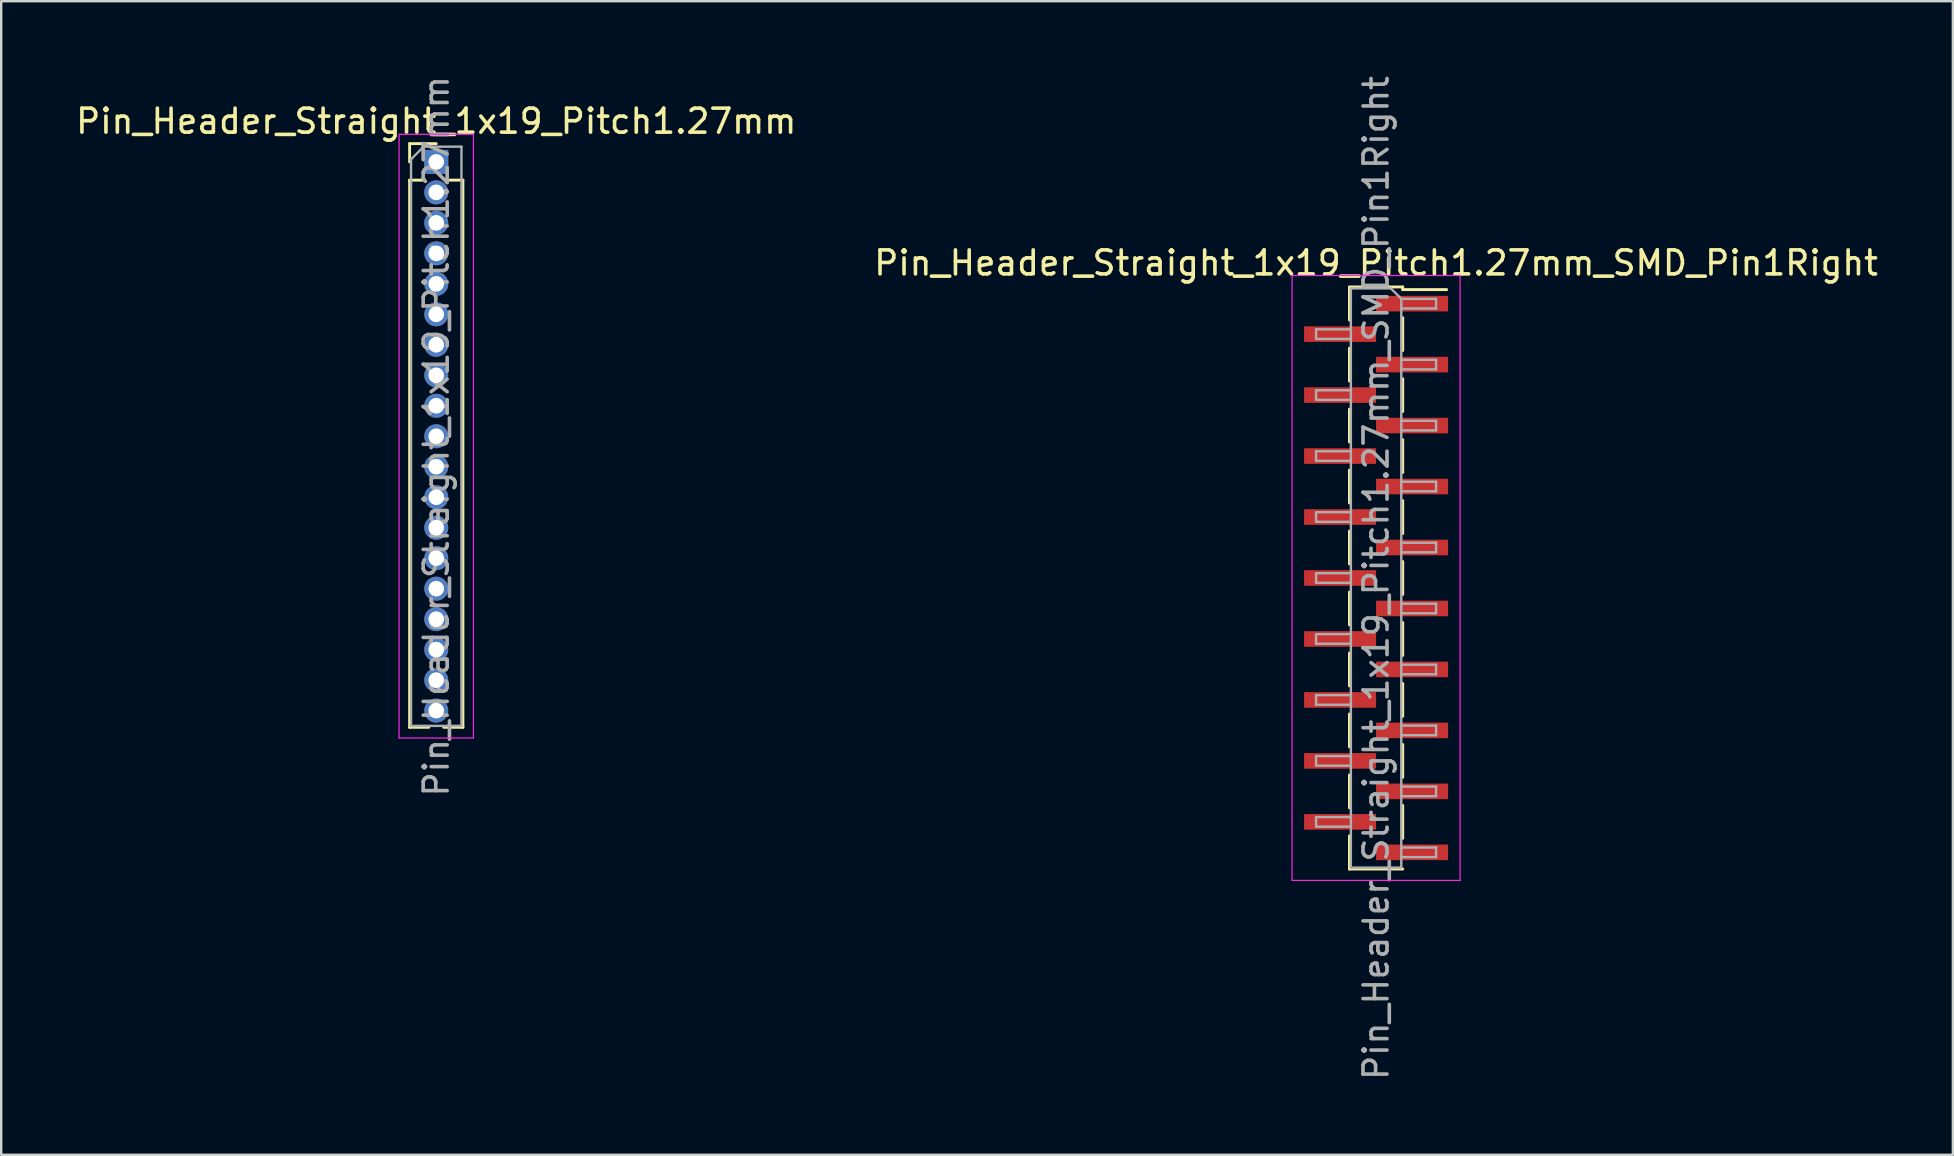
<source format=kicad_pcb>
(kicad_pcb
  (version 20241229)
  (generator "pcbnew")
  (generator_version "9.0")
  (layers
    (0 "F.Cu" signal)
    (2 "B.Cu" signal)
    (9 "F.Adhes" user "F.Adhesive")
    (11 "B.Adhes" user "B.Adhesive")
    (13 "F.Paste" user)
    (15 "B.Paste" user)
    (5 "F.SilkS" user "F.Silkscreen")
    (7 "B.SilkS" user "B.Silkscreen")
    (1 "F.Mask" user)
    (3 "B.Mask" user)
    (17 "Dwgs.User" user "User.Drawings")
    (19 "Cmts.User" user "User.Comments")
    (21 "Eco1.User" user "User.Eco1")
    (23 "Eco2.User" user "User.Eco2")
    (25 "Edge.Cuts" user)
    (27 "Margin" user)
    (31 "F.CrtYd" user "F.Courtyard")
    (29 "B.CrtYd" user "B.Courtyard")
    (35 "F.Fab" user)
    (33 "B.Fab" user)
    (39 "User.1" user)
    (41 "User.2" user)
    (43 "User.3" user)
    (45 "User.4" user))
  (footprint "Pin_Header_Straight_1x19_Pitch1.27mm"
    (layer "F.Cu")
    (at 15.125 3.695)
    (property "Reference" "Pin_Header_Straight_1x19_Pitch1.27mm" (at 0 -1.695 0) (layer "F.SilkS") (effects (font (size 1 1) (thickness 0.15))))
    (attr through_hole)
    (fp_line (start -1.11 -0.76) (end 0 -0.76) (stroke (width 0.12) (type solid)) (layer "F.SilkS"))
    (fp_line (start -1.11 0) (end -1.11 -0.76) (stroke (width 0.12) (type solid)) (layer "F.SilkS"))
    (fp_line (start -1.11 0.76) (end -1.11 23.555) (stroke (width 0.12) (type solid)) (layer "F.SilkS"))
    (fp_line (start -1.11 0.76) (end -0.563 0.76) (stroke (width 0.12) (type solid)) (layer "F.SilkS"))
    (fp_line (start -1.11 23.555) (end -0.308 23.555) (stroke (width 0.12) (type solid)) (layer "F.SilkS"))
    (fp_line (start 0.308 23.555) (end 1.11 23.555) (stroke (width 0.12) (type solid)) (layer "F.SilkS"))
    (fp_line (start 0.563 0.76) (end 1.11 0.76) (stroke (width 0.12) (type solid)) (layer "F.SilkS"))
    (fp_line (start 1.11 0.76) (end 1.11 23.555) (stroke (width 0.12) (type solid)) (layer "F.SilkS"))
    (fp_line (start -1.55 -1.15) (end -1.55 24) (stroke (width 0.05) (type solid)) (layer "F.CrtYd"))
    (fp_line (start -1.55 24) (end 1.55 24) (stroke (width 0.05) (type solid)) (layer "F.CrtYd"))
    (fp_line (start 1.55 -1.15) (end -1.55 -1.15) (stroke (width 0.05) (type solid)) (layer "F.CrtYd"))
    (fp_line (start 1.55 24) (end 1.55 -1.15) (stroke (width 0.05) (type solid)) (layer "F.CrtYd"))
    (fp_line (start -1.05 -0.11) (end -0.525 -0.635) (stroke (width 0.1) (type solid)) (layer "F.Fab"))
    (fp_line (start -1.05 23.495) (end -1.05 -0.11) (stroke (width 0.1) (type solid)) (layer "F.Fab"))
    (fp_line (start -0.525 -0.635) (end 1.05 -0.635) (stroke (width 0.1) (type solid)) (layer "F.Fab"))
    (fp_line (start 1.05 -0.635) (end 1.05 23.495) (stroke (width 0.1) (type solid)) (layer "F.Fab"))
    (fp_line (start 1.05 23.495) (end -1.05 23.495) (stroke (width 0.1) (type solid)) (layer "F.Fab"))
    (fp_text user "${REFERENCE}" (at 0 11.43 90) (layer "F.Fab") (effects (font (size 1 1) (thickness 0.15))))
    (pad "1" thru_hole rect (at 0 0) (size 1 1) (drill 0.65) (layers "*.Cu" "*.Mask"))
    (pad "2" thru_hole oval (at 0 1.27) (size 1 1) (drill 0.65) (layers "*.Cu" "*.Mask"))
    (pad "3" thru_hole oval (at 0 2.54) (size 1 1) (drill 0.65) (layers "*.Cu" "*.Mask"))
    (pad "4" thru_hole oval (at 0 3.81) (size 1 1) (drill 0.65) (layers "*.Cu" "*.Mask"))
    (pad "5" thru_hole oval (at 0 5.08) (size 1 1) (drill 0.65) (layers "*.Cu" "*.Mask"))
    (pad "6" thru_hole oval (at 0 6.35) (size 1 1) (drill 0.65) (layers "*.Cu" "*.Mask"))
    (pad "7" thru_hole oval (at 0 7.62) (size 1 1) (drill 0.65) (layers "*.Cu" "*.Mask"))
    (pad "8" thru_hole oval (at 0 8.89) (size 1 1) (drill 0.65) (layers "*.Cu" "*.Mask"))
    (pad "9" thru_hole oval (at 0 10.16) (size 1 1) (drill 0.65) (layers "*.Cu" "*.Mask"))
    (pad "10" thru_hole oval (at 0 11.43) (size 1 1) (drill 0.65) (layers "*.Cu" "*.Mask"))
    (pad "11" thru_hole oval (at 0 12.7) (size 1 1) (drill 0.65) (layers "*.Cu" "*.Mask"))
    (pad "12" thru_hole oval (at 0 13.97) (size 1 1) (drill 0.65) (layers "*.Cu" "*.Mask"))
    (pad "13" thru_hole oval (at 0 15.24) (size 1 1) (drill 0.65) (layers "*.Cu" "*.Mask"))
    (pad "14" thru_hole oval (at 0 16.51) (size 1 1) (drill 0.65) (layers "*.Cu" "*.Mask"))
    (pad "15" thru_hole oval (at 0 17.78) (size 1 1) (drill 0.65) (layers "*.Cu" "*.Mask"))
    (pad "16" thru_hole oval (at 0 19.05) (size 1 1) (drill 0.65) (layers "*.Cu" "*.Mask"))
    (pad "17" thru_hole oval (at 0 20.32) (size 1 1) (drill 0.65) (layers "*.Cu" "*.Mask"))
    (pad "18" thru_hole oval (at 0 21.59) (size 1 1) (drill 0.65) (layers "*.Cu" "*.Mask"))
    (pad "19" thru_hole oval (at 0 22.86) (size 1 1) (drill 0.65) (layers "*.Cu" "*.Mask")))
  (footprint "Pin_Header_Straight_1x19_Pitch1.27mm_SMD_Pin1Right"
    (layer "F.Cu")
    (at 54.28 21.03)
    (property "Reference" "Pin_Header_Straight_1x19_Pitch1.27mm_SMD_Pin1Right" (at 0 -13.125 0) (layer "F.SilkS") (effects (font (size 1 1) (thickness 0.15))))
    (attr smd)
    (fp_line (start -1.11 -12.125) (end 1.11 -12.125) (stroke (width 0.12) (type solid)) (layer "F.SilkS"))
    (fp_line (start -1.11 -12.115) (end -1.11 -10.745) (stroke (width 0.12) (type solid)) (layer "F.SilkS"))
    (fp_line (start -1.11 -9.575) (end -1.11 -8.205) (stroke (width 0.12) (type solid)) (layer "F.SilkS"))
    (fp_line (start -1.11 -7.035) (end -1.11 -5.665) (stroke (width 0.12) (type solid)) (layer "F.SilkS"))
    (fp_line (start -1.11 -4.495) (end -1.11 -3.125) (stroke (width 0.12) (type solid)) (layer "F.SilkS"))
    (fp_line (start -1.11 -1.955) (end -1.11 -0.585) (stroke (width 0.12) (type solid)) (layer "F.SilkS"))
    (fp_line (start -1.11 0.585) (end -1.11 1.955) (stroke (width 0.12) (type solid)) (layer "F.SilkS"))
    (fp_line (start -1.11 3.125) (end -1.11 4.495) (stroke (width 0.12) (type solid)) (layer "F.SilkS"))
    (fp_line (start -1.11 5.665) (end -1.11 7.035) (stroke (width 0.12) (type solid)) (layer "F.SilkS"))
    (fp_line (start -1.11 8.205) (end -1.11 9.575) (stroke (width 0.12) (type solid)) (layer "F.SilkS"))
    (fp_line (start -1.11 10.745) (end -1.11 12.115) (stroke (width 0.12) (type solid)) (layer "F.SilkS"))
    (fp_line (start -1.11 12.015) (end -1.11 12.125) (stroke (width 0.12) (type solid)) (layer "F.SilkS"))
    (fp_line (start -1.11 12.125) (end 1.11 12.125) (stroke (width 0.12) (type solid)) (layer "F.SilkS"))
    (fp_line (start 1.11 -12.125) (end 1.11 -12.015) (stroke (width 0.12) (type solid)) (layer "F.SilkS"))
    (fp_line (start 1.11 -12.015) (end 2.94 -12.015) (stroke (width 0.12) (type solid)) (layer "F.SilkS"))
    (fp_line (start 1.11 -10.845) (end 1.11 -9.475) (stroke (width 0.12) (type solid)) (layer "F.SilkS"))
    (fp_line (start 1.11 -8.305) (end 1.11 -6.935) (stroke (width 0.12) (type solid)) (layer "F.SilkS"))
    (fp_line (start 1.11 -5.765) (end 1.11 -4.395) (stroke (width 0.12) (type solid)) (layer "F.SilkS"))
    (fp_line (start 1.11 -3.225) (end 1.11 -1.855) (stroke (width 0.12) (type solid)) (layer "F.SilkS"))
    (fp_line (start 1.11 -0.685) (end 1.11 0.685) (stroke (width 0.12) (type solid)) (layer "F.SilkS"))
    (fp_line (start 1.11 1.855) (end 1.11 3.225) (stroke (width 0.12) (type solid)) (layer "F.SilkS"))
    (fp_line (start 1.11 4.395) (end 1.11 5.765) (stroke (width 0.12) (type solid)) (layer "F.SilkS"))
    (fp_line (start 1.11 6.935) (end 1.11 8.305) (stroke (width 0.12) (type solid)) (layer "F.SilkS"))
    (fp_line (start 1.11 9.475) (end 1.11 10.845) (stroke (width 0.12) (type solid)) (layer "F.SilkS"))
    (fp_line (start -3.5 -12.6) (end -3.5 12.6) (stroke (width 0.05) (type solid)) (layer "F.CrtYd"))
    (fp_line (start -3.5 12.6) (end 3.5 12.6) (stroke (width 0.05) (type solid)) (layer "F.CrtYd"))
    (fp_line (start 3.5 -12.6) (end -3.5 -12.6) (stroke (width 0.05) (type solid)) (layer "F.CrtYd"))
    (fp_line (start 3.5 12.6) (end 3.5 -12.6) (stroke (width 0.05) (type solid)) (layer "F.CrtYd"))
    (fp_line (start -2.5 -10.36) (end -2.5 -9.96) (stroke (width 0.1) (type solid)) (layer "F.Fab"))
    (fp_line (start -2.5 -9.96) (end -1.05 -9.96) (stroke (width 0.1) (type solid)) (layer "F.Fab"))
    (fp_line (start -2.5 -7.82) (end -2.5 -7.42) (stroke (width 0.1) (type solid)) (layer "F.Fab"))
    (fp_line (start -2.5 -7.42) (end -1.05 -7.42) (stroke (width 0.1) (type solid)) (layer "F.Fab"))
    (fp_line (start -2.5 -5.28) (end -2.5 -4.88) (stroke (width 0.1) (type solid)) (layer "F.Fab"))
    (fp_line (start -2.5 -4.88) (end -1.05 -4.88) (stroke (width 0.1) (type solid)) (layer "F.Fab"))
    (fp_line (start -2.5 -2.74) (end -2.5 -2.34) (stroke (width 0.1) (type solid)) (layer "F.Fab"))
    (fp_line (start -2.5 -2.34) (end -1.05 -2.34) (stroke (width 0.1) (type solid)) (layer "F.Fab"))
    (fp_line (start -2.5 -0.2) (end -2.5 0.2) (stroke (width 0.1) (type solid)) (layer "F.Fab"))
    (fp_line (start -2.5 0.2) (end -1.05 0.2) (stroke (width 0.1) (type solid)) (layer "F.Fab"))
    (fp_line (start -2.5 2.34) (end -2.5 2.74) (stroke (width 0.1) (type solid)) (layer "F.Fab"))
    (fp_line (start -2.5 2.74) (end -1.05 2.74) (stroke (width 0.1) (type solid)) (layer "F.Fab"))
    (fp_line (start -2.5 4.88) (end -2.5 5.28) (stroke (width 0.1) (type solid)) (layer "F.Fab"))
    (fp_line (start -2.5 5.28) (end -1.05 5.28) (stroke (width 0.1) (type solid)) (layer "F.Fab"))
    (fp_line (start -2.5 7.42) (end -2.5 7.82) (stroke (width 0.1) (type solid)) (layer "F.Fab"))
    (fp_line (start -2.5 7.82) (end -1.05 7.82) (stroke (width 0.1) (type solid)) (layer "F.Fab"))
    (fp_line (start -2.5 9.96) (end -2.5 10.36) (stroke (width 0.1) (type solid)) (layer "F.Fab"))
    (fp_line (start -2.5 10.36) (end -1.05 10.36) (stroke (width 0.1) (type solid)) (layer "F.Fab"))
    (fp_line (start -1.05 -12.065) (end -1.05 12.065) (stroke (width 0.1) (type solid)) (layer "F.Fab"))
    (fp_line (start -1.05 -12.065) (end 0.615 -12.065) (stroke (width 0.1) (type solid)) (layer "F.Fab"))
    (fp_line (start -1.05 -10.36) (end -2.5 -10.36) (stroke (width 0.1) (type solid)) (layer "F.Fab"))
    (fp_line (start -1.05 -7.82) (end -2.5 -7.82) (stroke (width 0.1) (type solid)) (layer "F.Fab"))
    (fp_line (start -1.05 -5.28) (end -2.5 -5.28) (stroke (width 0.1) (type solid)) (layer "F.Fab"))
    (fp_line (start -1.05 -2.74) (end -2.5 -2.74) (stroke (width 0.1) (type solid)) (layer "F.Fab"))
    (fp_line (start -1.05 -0.2) (end -2.5 -0.2) (stroke (width 0.1) (type solid)) (layer "F.Fab"))
    (fp_line (start -1.05 2.34) (end -2.5 2.34) (stroke (width 0.1) (type solid)) (layer "F.Fab"))
    (fp_line (start -1.05 4.88) (end -2.5 4.88) (stroke (width 0.1) (type solid)) (layer "F.Fab"))
    (fp_line (start -1.05 7.42) (end -2.5 7.42) (stroke (width 0.1) (type solid)) (layer "F.Fab"))
    (fp_line (start -1.05 9.96) (end -2.5 9.96) (stroke (width 0.1) (type solid)) (layer "F.Fab"))
    (fp_line (start 1.05 -11.63) (end 0.615 -12.065) (stroke (width 0.1) (type solid)) (layer "F.Fab"))
    (fp_line (start 1.05 -11.63) (end 2.5 -11.63) (stroke (width 0.1) (type solid)) (layer "F.Fab"))
    (fp_line (start 1.05 -9.09) (end 2.5 -9.09) (stroke (width 0.1) (type solid)) (layer "F.Fab"))
    (fp_line (start 1.05 -6.55) (end 2.5 -6.55) (stroke (width 0.1) (type solid)) (layer "F.Fab"))
    (fp_line (start 1.05 -4.01) (end 2.5 -4.01) (stroke (width 0.1) (type solid)) (layer "F.Fab"))
    (fp_line (start 1.05 -1.47) (end 2.5 -1.47) (stroke (width 0.1) (type solid)) (layer "F.Fab"))
    (fp_line (start 1.05 1.07) (end 2.5 1.07) (stroke (width 0.1) (type solid)) (layer "F.Fab"))
    (fp_line (start 1.05 3.61) (end 2.5 3.61) (stroke (width 0.1) (type solid)) (layer "F.Fab"))
    (fp_line (start 1.05 6.15) (end 2.5 6.15) (stroke (width 0.1) (type solid)) (layer "F.Fab"))
    (fp_line (start 1.05 8.69) (end 2.5 8.69) (stroke (width 0.1) (type solid)) (layer "F.Fab"))
    (fp_line (start 1.05 11.23) (end 2.5 11.23) (stroke (width 0.1) (type solid)) (layer "F.Fab"))
    (fp_line (start 1.05 12.065) (end -1.05 12.065) (stroke (width 0.1) (type solid)) (layer "F.Fab"))
    (fp_line (start 1.05 12.065) (end 1.05 -11.63) (stroke (width 0.1) (type solid)) (layer "F.Fab"))
    (fp_line (start 2.5 -11.63) (end 2.5 -11.23) (stroke (width 0.1) (type solid)) (layer "F.Fab"))
    (fp_line (start 2.5 -11.23) (end 1.05 -11.23) (stroke (width 0.1) (type solid)) (layer "F.Fab"))
    (fp_line (start 2.5 -9.09) (end 2.5 -8.69) (stroke (width 0.1) (type solid)) (layer "F.Fab"))
    (fp_line (start 2.5 -8.69) (end 1.05 -8.69) (stroke (width 0.1) (type solid)) (layer "F.Fab"))
    (fp_line (start 2.5 -6.55) (end 2.5 -6.15) (stroke (width 0.1) (type solid)) (layer "F.Fab"))
    (fp_line (start 2.5 -6.15) (end 1.05 -6.15) (stroke (width 0.1) (type solid)) (layer "F.Fab"))
    (fp_line (start 2.5 -4.01) (end 2.5 -3.61) (stroke (width 0.1) (type solid)) (layer "F.Fab"))
    (fp_line (start 2.5 -3.61) (end 1.05 -3.61) (stroke (width 0.1) (type solid)) (layer "F.Fab"))
    (fp_line (start 2.5 -1.47) (end 2.5 -1.07) (stroke (width 0.1) (type solid)) (layer "F.Fab"))
    (fp_line (start 2.5 -1.07) (end 1.05 -1.07) (stroke (width 0.1) (type solid)) (layer "F.Fab"))
    (fp_line (start 2.5 1.07) (end 2.5 1.47) (stroke (width 0.1) (type solid)) (layer "F.Fab"))
    (fp_line (start 2.5 1.47) (end 1.05 1.47) (stroke (width 0.1) (type solid)) (layer "F.Fab"))
    (fp_line (start 2.5 3.61) (end 2.5 4.01) (stroke (width 0.1) (type solid)) (layer "F.Fab"))
    (fp_line (start 2.5 4.01) (end 1.05 4.01) (stroke (width 0.1) (type solid)) (layer "F.Fab"))
    (fp_line (start 2.5 6.15) (end 2.5 6.55) (stroke (width 0.1) (type solid)) (layer "F.Fab"))
    (fp_line (start 2.5 6.55) (end 1.05 6.55) (stroke (width 0.1) (type solid)) (layer "F.Fab"))
    (fp_line (start 2.5 8.69) (end 2.5 9.09) (stroke (width 0.1) (type solid)) (layer "F.Fab"))
    (fp_line (start 2.5 9.09) (end 1.05 9.09) (stroke (width 0.1) (type solid)) (layer "F.Fab"))
    (fp_line (start 2.5 11.23) (end 2.5 11.63) (stroke (width 0.1) (type solid)) (layer "F.Fab"))
    (fp_line (start 2.5 11.63) (end 1.05 11.63) (stroke (width 0.1) (type solid)) (layer "F.Fab"))
    (fp_text user "${REFERENCE}" (at 0 0 90) (layer "F.Fab") (effects (font (size 1 1) (thickness 0.15))))
    (pad "1" smd rect (at 1.5 -11.43) (size 3 0.65) (layers "F.Cu" "F.Mask" "F.Paste"))
    (pad "2" smd rect (at -1.5 -10.16) (size 3 0.65) (layers "F.Cu" "F.Mask" "F.Paste"))
    (pad "3" smd rect (at 1.5 -8.89) (size 3 0.65) (layers "F.Cu" "F.Mask" "F.Paste"))
    (pad "4" smd rect (at -1.5 -7.62) (size 3 0.65) (layers "F.Cu" "F.Mask" "F.Paste"))
    (pad "5" smd rect (at 1.5 -6.35) (size 3 0.65) (layers "F.Cu" "F.Mask" "F.Paste"))
    (pad "6" smd rect (at -1.5 -5.08) (size 3 0.65) (layers "F.Cu" "F.Mask" "F.Paste"))
    (pad "7" smd rect (at 1.5 -3.81) (size 3 0.65) (layers "F.Cu" "F.Mask" "F.Paste"))
    (pad "8" smd rect (at -1.5 -2.54) (size 3 0.65) (layers "F.Cu" "F.Mask" "F.Paste"))
    (pad "9" smd rect (at 1.5 -1.27) (size 3 0.65) (layers "F.Cu" "F.Mask" "F.Paste"))
    (pad "10" smd rect (at -1.5 0) (size 3 0.65) (layers "F.Cu" "F.Mask" "F.Paste"))
    (pad "11" smd rect (at 1.5 1.27) (size 3 0.65) (layers "F.Cu" "F.Mask" "F.Paste"))
    (pad "12" smd rect (at -1.5 2.54) (size 3 0.65) (layers "F.Cu" "F.Mask" "F.Paste"))
    (pad "13" smd rect (at 1.5 3.81) (size 3 0.65) (layers "F.Cu" "F.Mask" "F.Paste"))
    (pad "14" smd rect (at -1.5 5.08) (size 3 0.65) (layers "F.Cu" "F.Mask" "F.Paste"))
    (pad "15" smd rect (at 1.5 6.35) (size 3 0.65) (layers "F.Cu" "F.Mask" "F.Paste"))
    (pad "16" smd rect (at -1.5 7.62) (size 3 0.65) (layers "F.Cu" "F.Mask" "F.Paste"))
    (pad "17" smd rect (at 1.5 8.89) (size 3 0.65) (layers "F.Cu" "F.Mask" "F.Paste"))
    (pad "18" smd rect (at -1.5 10.16) (size 3 0.65) (layers "F.Cu" "F.Mask" "F.Paste"))
    (pad "19" smd rect (at 1.5 11.43) (size 3 0.65) (layers "F.Cu" "F.Mask" "F.Paste")))
  (gr_rect
    (start -3 -3)
    (end 78.31 45.06)
    (stroke (width 0.1) (type default))
    (fill no)
    (layer "Edge.Cuts")))
</source>
